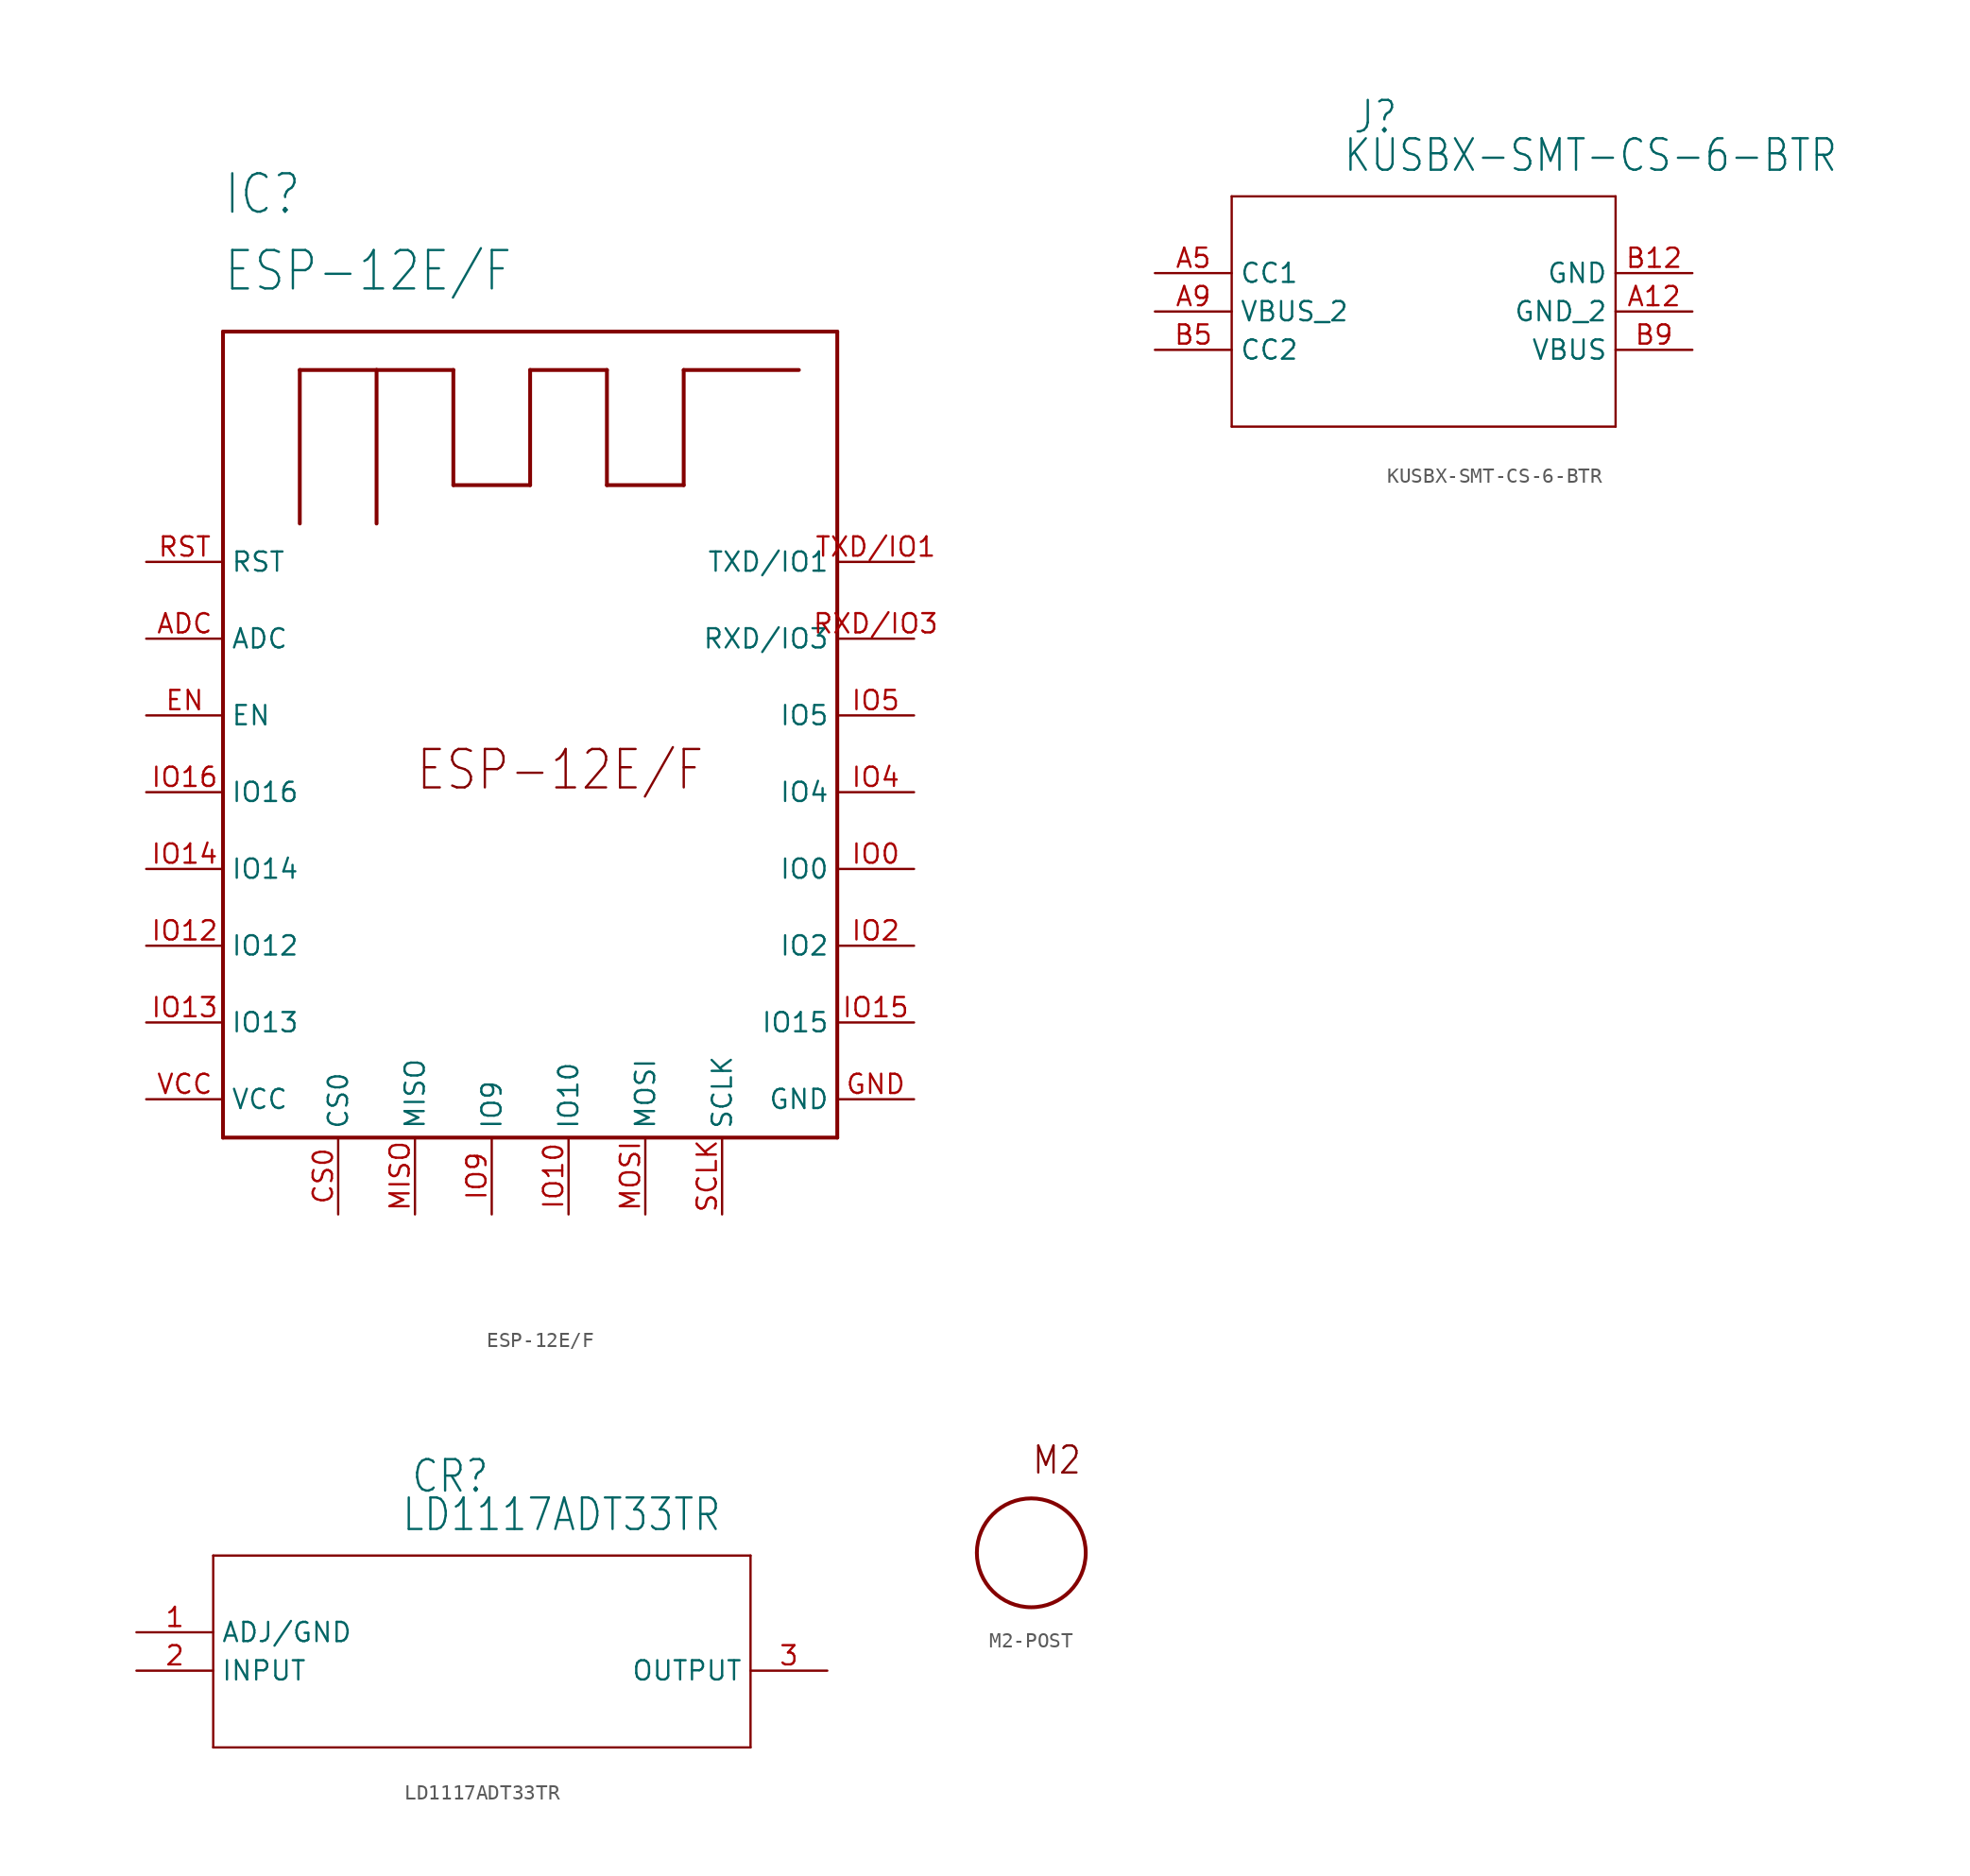
<source format=kicad_sym>
(kicad_symbol_lib
  (version 20220914)
  (generator kicad_symbol_editor)
  (symbol "ESP-12E/F"
    (property "Reference" "IC"
      (at -20.32 43.18 0)
      (effects (font (size 2.54 2.159)) (justify left bottom)))
    (property "Value" "ESP-12E{slash}F"
      (at -20.32 38.1 0)
      (effects (font (size 2.54 2.159)) (justify left bottom)))
    (property "ki_locked" ""
      (at 0 0 0)
      (effects (font (size 1.27 1.27))))
    (symbol "ESP-12E/F_1_0"
      (polyline (pts (xy -20.32 -17.78) (xy -20.32 35.56)) (stroke (width 0.254) (type default)) (fill (type none)))
      (polyline (pts (xy -20.32 35.56) (xy 20.32 35.56)) (stroke (width 0.254) (type default)) (fill (type none)))
      (polyline (pts (xy -15.24 22.86) (xy -15.24 33.02)) (stroke (width 0.254) (type default)) (fill (type none)))
      (polyline (pts (xy -15.24 33.02) (xy -10.16 33.02)) (stroke (width 0.254) (type default)) (fill (type none)))
      (polyline (pts (xy -10.16 22.86) (xy -10.16 33.02)) (stroke (width 0.254) (type default)) (fill (type none)))
      (polyline (pts (xy -10.16 33.02) (xy -5.08 33.02)) (stroke (width 0.254) (type default)) (fill (type none)))
      (polyline (pts (xy -5.08 25.4) (xy 0 25.4)) (stroke (width 0.254) (type default)) (fill (type none)))
      (polyline (pts (xy -5.08 33.02) (xy -5.08 25.4)) (stroke (width 0.254) (type default)) (fill (type none)))
      (polyline (pts (xy 0 25.4) (xy 0 33.02)) (stroke (width 0.254) (type default)) (fill (type none)))
      (polyline (pts (xy 0 33.02) (xy 5.08 33.02)) (stroke (width 0.254) (type default)) (fill (type none)))
      (polyline (pts (xy 5.08 25.4) (xy 10.16 25.4)) (stroke (width 0.254) (type default)) (fill (type none)))
      (polyline (pts (xy 5.08 33.02) (xy 5.08 25.4)) (stroke (width 0.254) (type default)) (fill (type none)))
      (polyline (pts (xy 10.16 25.4) (xy 10.16 33.02)) (stroke (width 0.254) (type default)) (fill (type none)))
      (polyline (pts (xy 10.16 33.02) (xy 17.78 33.02)) (stroke (width 0.254) (type default)) (fill (type none)))
      (polyline (pts (xy 20.32 -17.78) (xy -20.32 -17.78)) (stroke (width 0.254) (type default)) (fill (type none)))
      (polyline (pts (xy 20.32 35.56) (xy 20.32 -17.78)) (stroke (width 0.254) (type default)) (fill (type none)))
      (text "ESP-12E/F" (at -7.62 5.08 0) (effects (font (size 2.54 2.159)) (justify left bottom)))
      (pin bidirectional line (at -25.4 15.24 0) (length 5.08) (name "ADC" (effects (font (size 1.27 1.27)))) (number "ADC" (effects (font (size 1.27 1.27)))))
      (pin bidirectional line (at -12.7 -22.86 90) (length 5.08) (name "CS0" (effects (font (size 1.27 1.27)))) (number "CS0" (effects (font (size 1.27 1.27)))))
      (pin bidirectional line (at -25.4 10.16 0) (length 5.08) (name "EN" (effects (font (size 1.27 1.27)))) (number "EN" (effects (font (size 1.27 1.27)))))
      (pin power_in line (at 25.4 -15.24 180) (length 5.08) (name "GND" (effects (font (size 1.27 1.27)))) (number "GND" (effects (font (size 1.27 1.27)))))
      (pin bidirectional line (at 25.4 0 180) (length 5.08) (name "IO0" (effects (font (size 1.27 1.27)))) (number "IO0" (effects (font (size 1.27 1.27)))))
      (pin bidirectional line (at 2.54 -22.86 90) (length 5.08) (name "IO10" (effects (font (size 1.27 1.27)))) (number "IO10" (effects (font (size 1.27 1.27)))))
      (pin bidirectional line (at -25.4 -5.08 0) (length 5.08) (name "IO12" (effects (font (size 1.27 1.27)))) (number "IO12" (effects (font (size 1.27 1.27)))))
      (pin bidirectional line (at -25.4 -10.16 0) (length 5.08) (name "IO13" (effects (font (size 1.27 1.27)))) (number "IO13" (effects (font (size 1.27 1.27)))))
      (pin bidirectional line (at -25.4 0 0) (length 5.08) (name "IO14" (effects (font (size 1.27 1.27)))) (number "IO14" (effects (font (size 1.27 1.27)))))
      (pin bidirectional line (at 25.4 -10.16 180) (length 5.08) (name "IO15" (effects (font (size 1.27 1.27)))) (number "IO15" (effects (font (size 1.27 1.27)))))
      (pin bidirectional line (at -25.4 5.08 0) (length 5.08) (name "IO16" (effects (font (size 1.27 1.27)))) (number "IO16" (effects (font (size 1.27 1.27)))))
      (pin bidirectional line (at 25.4 -5.08 180) (length 5.08) (name "IO2" (effects (font (size 1.27 1.27)))) (number "IO2" (effects (font (size 1.27 1.27)))))
      (pin bidirectional line (at 25.4 5.08 180) (length 5.08) (name "IO4" (effects (font (size 1.27 1.27)))) (number "IO4" (effects (font (size 1.27 1.27)))))
      (pin bidirectional line (at 25.4 10.16 180) (length 5.08) (name "IO5" (effects (font (size 1.27 1.27)))) (number "IO5" (effects (font (size 1.27 1.27)))))
      (pin bidirectional line (at -2.54 -22.86 90) (length 5.08) (name "IO9" (effects (font (size 1.27 1.27)))) (number "IO9" (effects (font (size 1.27 1.27)))))
      (pin bidirectional line (at -7.62 -22.86 90) (length 5.08) (name "MISO" (effects (font (size 1.27 1.27)))) (number "MISO" (effects (font (size 1.27 1.27)))))
      (pin bidirectional line (at 7.62 -22.86 90) (length 5.08) (name "MOSI" (effects (font (size 1.27 1.27)))) (number "MOSI" (effects (font (size 1.27 1.27)))))
      (pin input line (at -25.4 20.32 0) (length 5.08) (name "RST" (effects (font (size 1.27 1.27)))) (number "RST" (effects (font (size 1.27 1.27)))))
      (pin bidirectional line (at 25.4 15.24 180) (length 5.08) (name "RXD/IO3" (effects (font (size 1.27 1.27)))) (number "RXD/IO3" (effects (font (size 1.27 1.27)))))
      (pin bidirectional line (at 12.7 -22.86 90) (length 5.08) (name "SCLK" (effects (font (size 1.27 1.27)))) (number "SCLK" (effects (font (size 1.27 1.27)))))
      (pin bidirectional line (at 25.4 20.32 180) (length 5.08) (name "TXD/IO1" (effects (font (size 1.27 1.27)))) (number "TXD/IO1" (effects (font (size 1.27 1.27)))))
      (pin power_in line (at -25.4 -15.24 0) (length 5.08) (name "VCC" (effects (font (size 1.27 1.27)))) (number "VCC" (effects (font (size 1.27 1.27)))))))
  (symbol "KUSBX-SMT-CS-6-BTR"
    (property "Reference" "J"
      (at 15.596 9.119 0)
      (effects (font (size 2.083 1.77)) (justify left bottom)))
    (property "Value" "KUSBX-SMT-CS-6-BTR"
      (at 14.961 6.579 0)
      (effects (font (size 2.083 1.77)) (justify left bottom)))
    (property "ki_locked" ""
      (at 0 0 0)
      (effects (font (size 1.27 1.27))))
    (symbol "KUSBX-SMT-CS-6-BTR_1_0"
      (polyline (pts (xy 7.62 -10.16) (xy 33.02 -10.16)) (stroke (width 0.152) (type default)) (fill (type none)))
      (polyline (pts (xy 7.62 5.08) (xy 7.62 -10.16)) (stroke (width 0.152) (type default)) (fill (type none)))
      (polyline (pts (xy 33.02 -10.16) (xy 33.02 5.08)) (stroke (width 0.152) (type default)) (fill (type none)))
      (polyline (pts (xy 33.02 5.08) (xy 7.62 5.08)) (stroke (width 0.152) (type default)) (fill (type none)))
      (pin passive line (at 38.1 -2.54 180) (length 5.08) (name "GND_2" (effects (font (size 1.27 1.27)))) (number "A12" (effects (font (size 1.27 1.27)))))
      (pin bidirectional line (at 2.54 0 0) (length 5.08) (name "CC1" (effects (font (size 1.27 1.27)))) (number "A5" (effects (font (size 1.27 1.27)))))
      (pin power_in line (at 2.54 -2.54 0) (length 5.08) (name "VBUS_2" (effects (font (size 1.27 1.27)))) (number "A9" (effects (font (size 1.27 1.27)))))
      (pin passive line (at 38.1 0 180) (length 5.08) (name "GND" (effects (font (size 1.27 1.27)))) (number "B12" (effects (font (size 1.27 1.27)))))
      (pin bidirectional line (at 2.54 -5.08 0) (length 5.08) (name "CC2" (effects (font (size 1.27 1.27)))) (number "B5" (effects (font (size 1.27 1.27)))))
      (pin power_in line (at 38.1 -5.08 180) (length 5.08) (name "VBUS" (effects (font (size 1.27 1.27)))) (number "B9" (effects (font (size 1.27 1.27)))))))
  (symbol "LD1117ADT33TR"
    (property "Reference" "CR"
      (at 20.676 9.119 0)
      (effects (font (size 2.083 1.77)) (justify left bottom)))
    (property "Value" "LD1117ADT33TR"
      (at 20.041 6.579 0)
      (effects (font (size 2.083 1.77)) (justify left bottom)))
    (property "ki_locked" ""
      (at 0 0 0)
      (effects (font (size 1.27 1.27))))
    (symbol "LD1117ADT33TR_1_0"
      (polyline (pts (xy 7.62 -7.62) (xy 43.18 -7.62)) (stroke (width 0.152) (type default)) (fill (type none)))
      (polyline (pts (xy 7.62 5.08) (xy 7.62 -7.62)) (stroke (width 0.152) (type default)) (fill (type none)))
      (polyline (pts (xy 43.18 -7.62) (xy 43.18 5.08)) (stroke (width 0.152) (type default)) (fill (type none)))
      (polyline (pts (xy 43.18 5.08) (xy 7.62 5.08)) (stroke (width 0.152) (type default)) (fill (type none)))
      (pin passive line (at 2.54 0 0) (length 5.08) (name "ADJ/GND" (effects (font (size 1.27 1.27)))) (number "1" (effects (font (size 1.27 1.27)))))
      (pin input line (at 2.54 -2.54 0) (length 5.08) (name "INPUT" (effects (font (size 1.27 1.27)))) (number "2" (effects (font (size 1.27 1.27)))))
      (pin output line (at 48.26 -2.54 180) (length 5.08) (name "OUTPUT" (effects (font (size 1.27 1.27)))) (number "3" (effects (font (size 1.27 1.27)))))))
  (symbol "M2-POST"
    (property "Reference" ""
      (at 0 0 0)
      (effects (font (size 1.27 1.27)) hide))
    (property "ki_locked" ""
      (at 0 0 0)
      (effects (font (size 1.27 1.27))))
    (symbol "M2-POST_1_0"
      (circle (center 0 0) (radius 3.592) (stroke (width 0.254) (type default)) (fill (type none)))
      (text "M2" (at 0 5.08 0) (effects (font (size 1.778 1.511)) (justify left bottom))))))
</source>
